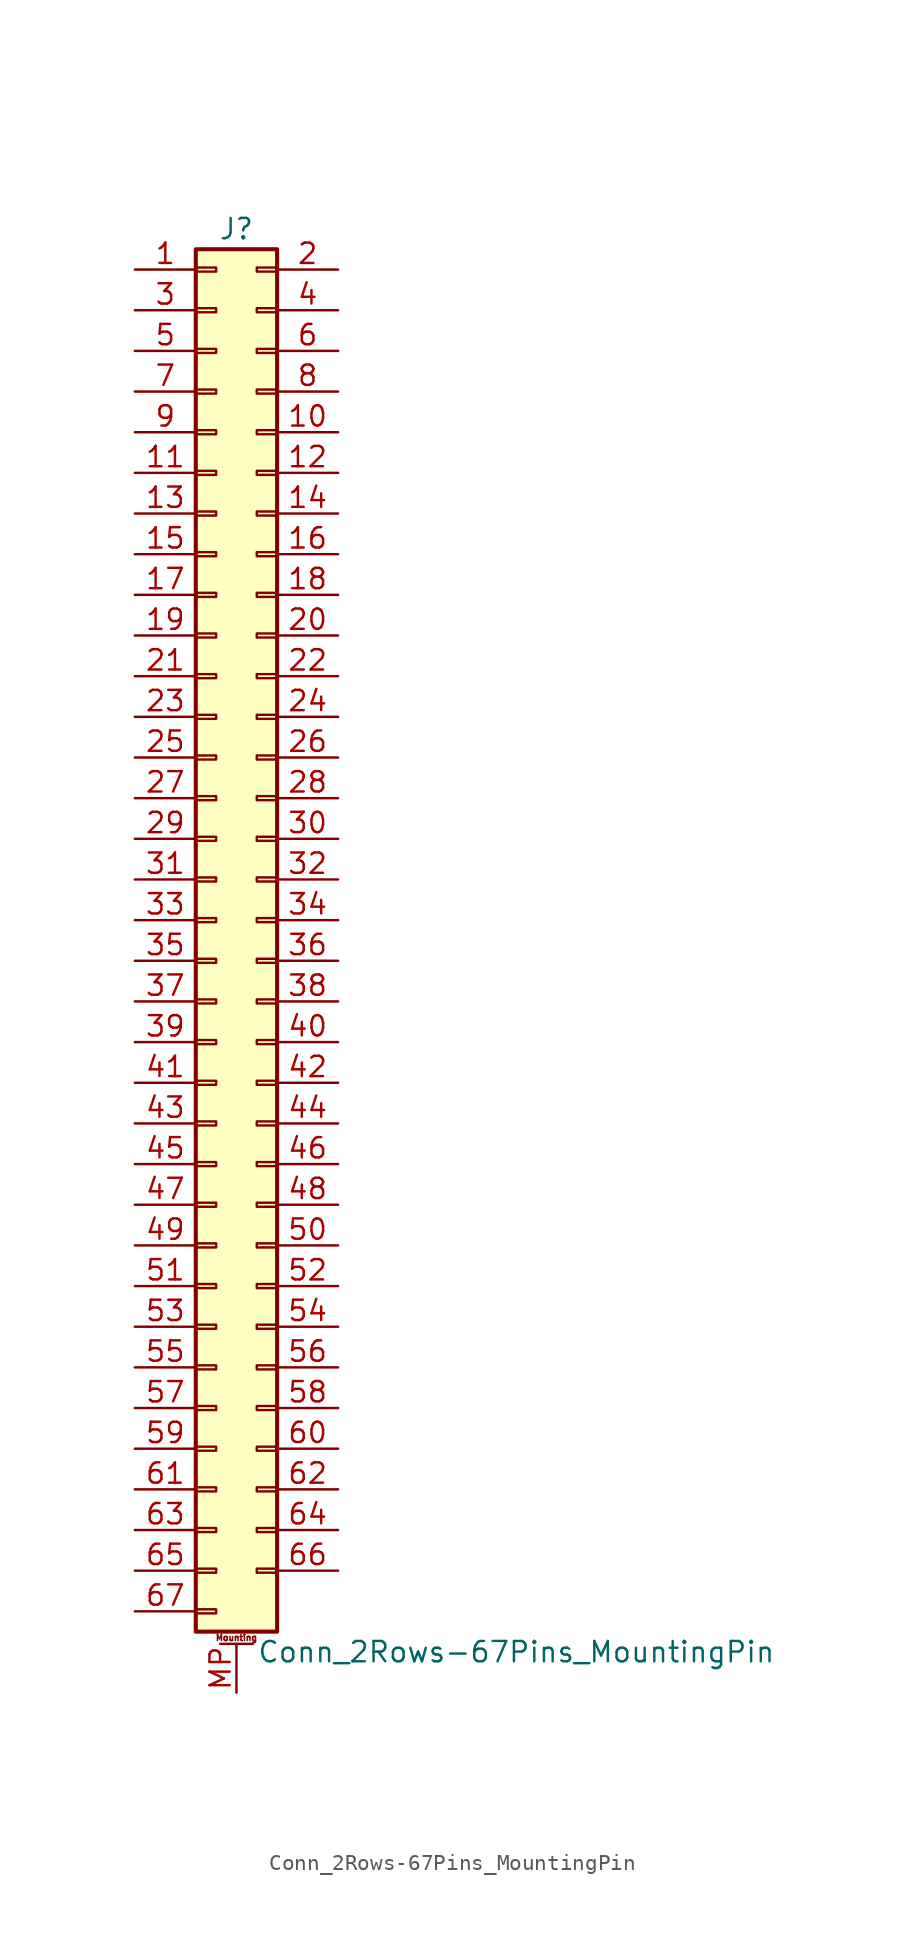
<source format=kicad_sym>
(kicad_symbol_lib
  (version 20200908)
  (generator kicad_symbol_editor)
  (symbol "Connector_Generic_MountingPin:Conn_2Rows-67Pins_MountingPin"
    (pin_names
      (offset 1.016) hide)
    (property "Reference" "J"
      (at 1.27 43.18 0)
      (effects (font (size 1.27 1.27))))
    (property "Value" "Conn_2Rows-67Pins_MountingPin"
      (at 2.54 -45.72 0)
      (effects (font (size 1.27 1.27)) (justify left)))
    (symbol "Conn_2Rows-67Pins_MountingPin_1_1"
      (text "Mounting" (at 1.27 -44.831 0) (effects (font (size 0.381 0.381))))
      (rectangle (start -1.27 -27.813) (end 0 -28.067) (stroke (width 0.152)) (fill (type none)))
      (rectangle (start -1.27 -30.353) (end 0 -30.607) (stroke (width 0.152)) (fill (type none)))
      (rectangle (start -1.27 -32.893) (end 0 -33.147) (stroke (width 0.152)) (fill (type none)))
      (rectangle (start -1.27 -35.433) (end 0 -35.687) (stroke (width 0.152)) (fill (type none)))
      (rectangle (start -1.27 -37.973) (end 0 -38.227) (stroke (width 0.152)) (fill (type none)))
      (rectangle (start -1.27 -40.513) (end 0 -40.767) (stroke (width 0.152)) (fill (type none)))
      (rectangle (start -1.27 -43.053) (end 0 -43.307) (stroke (width 0.152)) (fill (type none)))
      (rectangle (start -1.27 -4.953) (end 0 -5.207) (stroke (width 0.152)) (fill (type none)))
      (rectangle (start -1.27 -7.493) (end 0 -7.747) (stroke (width 0.152)) (fill (type none)))
      (rectangle (start -1.27 -10.033) (end 0 -10.287) (stroke (width 0.152)) (fill (type none)))
      (rectangle (start -1.27 -12.573) (end 0 -12.827) (stroke (width 0.152)) (fill (type none)))
      (rectangle (start -1.27 -15.113) (end 0 -15.367) (stroke (width 0.152)) (fill (type none)))
      (rectangle (start -1.27 -17.653) (end 0 -17.907) (stroke (width 0.152)) (fill (type none)))
      (rectangle (start -1.27 -20.193) (end 0 -20.447) (stroke (width 0.152)) (fill (type none)))
      (rectangle (start -1.27 -22.733) (end 0 -22.987) (stroke (width 0.152)) (fill (type none)))
      (rectangle (start -1.27 -2.413) (end 0 -2.667) (stroke (width 0.152)) (fill (type none)))
      (rectangle (start -1.27 -25.273) (end 0 -25.527) (stroke (width 0.152)) (fill (type none)))
      (rectangle (start -1.27 25.527) (end 0 25.273) (stroke (width 0.152)) (fill (type none)))
      (rectangle (start -1.27 2.667) (end 0 2.413) (stroke (width 0.152)) (fill (type none)))
      (rectangle (start -1.27 28.067) (end 0 27.813) (stroke (width 0.152)) (fill (type none)))
      (rectangle (start -1.27 30.607) (end 0 30.353) (stroke (width 0.152)) (fill (type none)))
      (rectangle (start -1.27 33.147) (end 0 32.893) (stroke (width 0.152)) (fill (type none)))
      (rectangle (start -1.27 35.687) (end 0 35.433) (stroke (width 0.152)) (fill (type none)))
      (rectangle (start -1.27 38.227) (end 0 37.973) (stroke (width 0.152)) (fill (type none)))
      (rectangle (start -1.27 40.767) (end 0 40.513) (stroke (width 0.152)) (fill (type none)))
      (rectangle (start -1.27 41.91) (end 3.81 -44.45) (stroke (width 0.254)) (fill (type background)))
      (rectangle (start -1.27 5.207) (end 0 4.953) (stroke (width 0.152)) (fill (type none)))
      (rectangle (start -1.27 7.747) (end 0 7.493) (stroke (width 0.152)) (fill (type none)))
      (rectangle (start -1.27 10.287) (end 0 10.033) (stroke (width 0.152)) (fill (type none)))
      (rectangle (start -1.27 0.127) (end 0 -0.127) (stroke (width 0.152)) (fill (type none)))
      (rectangle (start -1.27 12.827) (end 0 12.573) (stroke (width 0.152)) (fill (type none)))
      (rectangle (start -1.27 15.367) (end 0 15.113) (stroke (width 0.152)) (fill (type none)))
      (rectangle (start -1.27 17.907) (end 0 17.653) (stroke (width 0.152)) (fill (type none)))
      (rectangle (start -1.27 20.447) (end 0 20.193) (stroke (width 0.152)) (fill (type none)))
      (rectangle (start -1.27 22.987) (end 0 22.733) (stroke (width 0.152)) (fill (type none)))
      (rectangle (start 3.81 -27.813) (end 2.54 -28.067) (stroke (width 0.152)) (fill (type none)))
      (rectangle (start 3.81 -30.353) (end 2.54 -30.607) (stroke (width 0.152)) (fill (type none)))
      (rectangle (start 3.81 -32.893) (end 2.54 -33.147) (stroke (width 0.152)) (fill (type none)))
      (rectangle (start 3.81 -35.433) (end 2.54 -35.687) (stroke (width 0.152)) (fill (type none)))
      (rectangle (start 3.81 -37.973) (end 2.54 -38.227) (stroke (width 0.152)) (fill (type none)))
      (rectangle (start 3.81 -40.513) (end 2.54 -40.767) (stroke (width 0.152)) (fill (type none)))
      (rectangle (start 3.81 -4.953) (end 2.54 -5.207) (stroke (width 0.152)) (fill (type none)))
      (rectangle (start 3.81 -7.493) (end 2.54 -7.747) (stroke (width 0.152)) (fill (type none)))
      (rectangle (start 3.81 -10.033) (end 2.54 -10.287) (stroke (width 0.152)) (fill (type none)))
      (rectangle (start 3.81 -12.573) (end 2.54 -12.827) (stroke (width 0.152)) (fill (type none)))
      (rectangle (start 3.81 -15.113) (end 2.54 -15.367) (stroke (width 0.152)) (fill (type none)))
      (rectangle (start 3.81 -17.653) (end 2.54 -17.907) (stroke (width 0.152)) (fill (type none)))
      (rectangle (start 3.81 -20.193) (end 2.54 -20.447) (stroke (width 0.152)) (fill (type none)))
      (rectangle (start 3.81 -22.733) (end 2.54 -22.987) (stroke (width 0.152)) (fill (type none)))
      (rectangle (start 3.81 -2.413) (end 2.54 -2.667) (stroke (width 0.152)) (fill (type none)))
      (rectangle (start 3.81 -25.273) (end 2.54 -25.527) (stroke (width 0.152)) (fill (type none)))
      (rectangle (start 3.81 25.527) (end 2.54 25.273) (stroke (width 0.152)) (fill (type none)))
      (rectangle (start 3.81 2.667) (end 2.54 2.413) (stroke (width 0.152)) (fill (type none)))
      (rectangle (start 3.81 28.067) (end 2.54 27.813) (stroke (width 0.152)) (fill (type none)))
      (rectangle (start 3.81 30.607) (end 2.54 30.353) (stroke (width 0.152)) (fill (type none)))
      (rectangle (start 3.81 33.147) (end 2.54 32.893) (stroke (width 0.152)) (fill (type none)))
      (rectangle (start 3.81 35.687) (end 2.54 35.433) (stroke (width 0.152)) (fill (type none)))
      (rectangle (start 3.81 38.227) (end 2.54 37.973) (stroke (width 0.152)) (fill (type none)))
      (rectangle (start 3.81 40.767) (end 2.54 40.513) (stroke (width 0.152)) (fill (type none)))
      (rectangle (start 3.81 5.207) (end 2.54 4.953) (stroke (width 0.152)) (fill (type none)))
      (rectangle (start 3.81 7.747) (end 2.54 7.493) (stroke (width 0.152)) (fill (type none)))
      (rectangle (start 3.81 10.287) (end 2.54 10.033) (stroke (width 0.152)) (fill (type none)))
      (rectangle (start 3.81 0.127) (end 2.54 -0.127) (stroke (width 0.152)) (fill (type none)))
      (rectangle (start 3.81 12.827) (end 2.54 12.573) (stroke (width 0.152)) (fill (type none)))
      (rectangle (start 3.81 15.367) (end 2.54 15.113) (stroke (width 0.152)) (fill (type none)))
      (rectangle (start 3.81 17.907) (end 2.54 17.653) (stroke (width 0.152)) (fill (type none)))
      (rectangle (start 3.81 20.447) (end 2.54 20.193) (stroke (width 0.152)) (fill (type none)))
      (rectangle (start 3.81 22.987) (end 2.54 22.733) (stroke (width 0.152)) (fill (type none)))
      (polyline (pts (xy 0.254 -45.212) (xy 2.286 -45.212)) (stroke (width 0.152)) (fill (type none)))
      (pin passive line (at 1.27 -48.26 90) (length 3.048) (name "MountPin" (effects (font (size 1.27 1.27)))) (number "MP" (effects (font (size 1.27 1.27)))))
      (pin passive line (at -5.08 40.64 0) (length 3.81) (name "Pin_1" (effects (font (size 1.27 1.27)))) (number "1" (effects (font (size 1.27 1.27)))))
      (pin passive line (at 7.62 30.48 180) (length 3.81) (name "Pin_10" (effects (font (size 1.27 1.27)))) (number "10" (effects (font (size 1.27 1.27)))))
      (pin passive line (at -5.08 27.94 0) (length 3.81) (name "Pin_11" (effects (font (size 1.27 1.27)))) (number "11" (effects (font (size 1.27 1.27)))))
      (pin passive line (at 7.62 27.94 180) (length 3.81) (name "Pin_12" (effects (font (size 1.27 1.27)))) (number "12" (effects (font (size 1.27 1.27)))))
      (pin passive line (at -5.08 25.4 0) (length 3.81) (name "Pin_13" (effects (font (size 1.27 1.27)))) (number "13" (effects (font (size 1.27 1.27)))))
      (pin passive line (at 7.62 25.4 180) (length 3.81) (name "Pin_14" (effects (font (size 1.27 1.27)))) (number "14" (effects (font (size 1.27 1.27)))))
      (pin passive line (at -5.08 22.86 0) (length 3.81) (name "Pin_15" (effects (font (size 1.27 1.27)))) (number "15" (effects (font (size 1.27 1.27)))))
      (pin passive line (at 7.62 22.86 180) (length 3.81) (name "Pin_16" (effects (font (size 1.27 1.27)))) (number "16" (effects (font (size 1.27 1.27)))))
      (pin passive line (at -5.08 20.32 0) (length 3.81) (name "Pin_17" (effects (font (size 1.27 1.27)))) (number "17" (effects (font (size 1.27 1.27)))))
      (pin passive line (at 7.62 20.32 180) (length 3.81) (name "Pin_18" (effects (font (size 1.27 1.27)))) (number "18" (effects (font (size 1.27 1.27)))))
      (pin passive line (at -5.08 17.78 0) (length 3.81) (name "Pin_19" (effects (font (size 1.27 1.27)))) (number "19" (effects (font (size 1.27 1.27)))))
      (pin passive line (at 7.62 40.64 180) (length 3.81) (name "Pin_2" (effects (font (size 1.27 1.27)))) (number "2" (effects (font (size 1.27 1.27)))))
      (pin passive line (at 7.62 17.78 180) (length 3.81) (name "Pin_20" (effects (font (size 1.27 1.27)))) (number "20" (effects (font (size 1.27 1.27)))))
      (pin passive line (at -5.08 15.24 0) (length 3.81) (name "Pin_21" (effects (font (size 1.27 1.27)))) (number "21" (effects (font (size 1.27 1.27)))))
      (pin passive line (at 7.62 15.24 180) (length 3.81) (name "Pin_22" (effects (font (size 1.27 1.27)))) (number "22" (effects (font (size 1.27 1.27)))))
      (pin passive line (at -5.08 12.7 0) (length 3.81) (name "Pin_23" (effects (font (size 1.27 1.27)))) (number "23" (effects (font (size 1.27 1.27)))))
      (pin passive line (at 7.62 12.7 180) (length 3.81) (name "Pin_24" (effects (font (size 1.27 1.27)))) (number "24" (effects (font (size 1.27 1.27)))))
      (pin passive line (at -5.08 10.16 0) (length 3.81) (name "Pin_25" (effects (font (size 1.27 1.27)))) (number "25" (effects (font (size 1.27 1.27)))))
      (pin passive line (at 7.62 10.16 180) (length 3.81) (name "Pin_26" (effects (font (size 1.27 1.27)))) (number "26" (effects (font (size 1.27 1.27)))))
      (pin passive line (at -5.08 7.62 0) (length 3.81) (name "Pin_27" (effects (font (size 1.27 1.27)))) (number "27" (effects (font (size 1.27 1.27)))))
      (pin passive line (at 7.62 7.62 180) (length 3.81) (name "Pin_28" (effects (font (size 1.27 1.27)))) (number "28" (effects (font (size 1.27 1.27)))))
      (pin passive line (at -5.08 5.08 0) (length 3.81) (name "Pin_29" (effects (font (size 1.27 1.27)))) (number "29" (effects (font (size 1.27 1.27)))))
      (pin passive line (at -5.08 38.1 0) (length 3.81) (name "Pin_3" (effects (font (size 1.27 1.27)))) (number "3" (effects (font (size 1.27 1.27)))))
      (pin passive line (at 7.62 5.08 180) (length 3.81) (name "Pin_30" (effects (font (size 1.27 1.27)))) (number "30" (effects (font (size 1.27 1.27)))))
      (pin passive line (at -5.08 2.54 0) (length 3.81) (name "Pin_31" (effects (font (size 1.27 1.27)))) (number "31" (effects (font (size 1.27 1.27)))))
      (pin passive line (at 7.62 2.54 180) (length 3.81) (name "Pin_32" (effects (font (size 1.27 1.27)))) (number "32" (effects (font (size 1.27 1.27)))))
      (pin passive line (at -5.08 0 0) (length 3.81) (name "Pin_33" (effects (font (size 1.27 1.27)))) (number "33" (effects (font (size 1.27 1.27)))))
      (pin passive line (at 7.62 0 180) (length 3.81) (name "Pin_34" (effects (font (size 1.27 1.27)))) (number "34" (effects (font (size 1.27 1.27)))))
      (pin passive line (at -5.08 -2.54 0) (length 3.81) (name "Pin_35" (effects (font (size 1.27 1.27)))) (number "35" (effects (font (size 1.27 1.27)))))
      (pin passive line (at 7.62 -2.54 180) (length 3.81) (name "Pin_36" (effects (font (size 1.27 1.27)))) (number "36" (effects (font (size 1.27 1.27)))))
      (pin passive line (at -5.08 -5.08 0) (length 3.81) (name "Pin_37" (effects (font (size 1.27 1.27)))) (number "37" (effects (font (size 1.27 1.27)))))
      (pin passive line (at 7.62 -5.08 180) (length 3.81) (name "Pin_38" (effects (font (size 1.27 1.27)))) (number "38" (effects (font (size 1.27 1.27)))))
      (pin passive line (at -5.08 -7.62 0) (length 3.81) (name "Pin_39" (effects (font (size 1.27 1.27)))) (number "39" (effects (font (size 1.27 1.27)))))
      (pin passive line (at 7.62 38.1 180) (length 3.81) (name "Pin_4" (effects (font (size 1.27 1.27)))) (number "4" (effects (font (size 1.27 1.27)))))
      (pin passive line (at 7.62 -7.62 180) (length 3.81) (name "Pin_40" (effects (font (size 1.27 1.27)))) (number "40" (effects (font (size 1.27 1.27)))))
      (pin passive line (at -5.08 -10.16 0) (length 3.81) (name "Pin_41" (effects (font (size 1.27 1.27)))) (number "41" (effects (font (size 1.27 1.27)))))
      (pin passive line (at 7.62 -10.16 180) (length 3.81) (name "Pin_42" (effects (font (size 1.27 1.27)))) (number "42" (effects (font (size 1.27 1.27)))))
      (pin passive line (at -5.08 -12.7 0) (length 3.81) (name "Pin_43" (effects (font (size 1.27 1.27)))) (number "43" (effects (font (size 1.27 1.27)))))
      (pin passive line (at 7.62 -12.7 180) (length 3.81) (name "Pin_44" (effects (font (size 1.27 1.27)))) (number "44" (effects (font (size 1.27 1.27)))))
      (pin passive line (at -5.08 -15.24 0) (length 3.81) (name "Pin_45" (effects (font (size 1.27 1.27)))) (number "45" (effects (font (size 1.27 1.27)))))
      (pin passive line (at 7.62 -15.24 180) (length 3.81) (name "Pin_46" (effects (font (size 1.27 1.27)))) (number "46" (effects (font (size 1.27 1.27)))))
      (pin passive line (at -5.08 -17.78 0) (length 3.81) (name "Pin_47" (effects (font (size 1.27 1.27)))) (number "47" (effects (font (size 1.27 1.27)))))
      (pin passive line (at 7.62 -17.78 180) (length 3.81) (name "Pin_48" (effects (font (size 1.27 1.27)))) (number "48" (effects (font (size 1.27 1.27)))))
      (pin passive line (at -5.08 -20.32 0) (length 3.81) (name "Pin_49" (effects (font (size 1.27 1.27)))) (number "49" (effects (font (size 1.27 1.27)))))
      (pin passive line (at -5.08 35.56 0) (length 3.81) (name "Pin_5" (effects (font (size 1.27 1.27)))) (number "5" (effects (font (size 1.27 1.27)))))
      (pin passive line (at 7.62 -20.32 180) (length 3.81) (name "Pin_50" (effects (font (size 1.27 1.27)))) (number "50" (effects (font (size 1.27 1.27)))))
      (pin passive line (at -5.08 -22.86 0) (length 3.81) (name "Pin_51" (effects (font (size 1.27 1.27)))) (number "51" (effects (font (size 1.27 1.27)))))
      (pin passive line (at 7.62 -22.86 180) (length 3.81) (name "Pin_52" (effects (font (size 1.27 1.27)))) (number "52" (effects (font (size 1.27 1.27)))))
      (pin passive line (at -5.08 -25.4 0) (length 3.81) (name "Pin_53" (effects (font (size 1.27 1.27)))) (number "53" (effects (font (size 1.27 1.27)))))
      (pin passive line (at 7.62 -25.4 180) (length 3.81) (name "Pin_54" (effects (font (size 1.27 1.27)))) (number "54" (effects (font (size 1.27 1.27)))))
      (pin passive line (at -5.08 -27.94 0) (length 3.81) (name "Pin_55" (effects (font (size 1.27 1.27)))) (number "55" (effects (font (size 1.27 1.27)))))
      (pin passive line (at 7.62 -27.94 180) (length 3.81) (name "Pin_56" (effects (font (size 1.27 1.27)))) (number "56" (effects (font (size 1.27 1.27)))))
      (pin passive line (at -5.08 -30.48 0) (length 3.81) (name "Pin_57" (effects (font (size 1.27 1.27)))) (number "57" (effects (font (size 1.27 1.27)))))
      (pin passive line (at 7.62 -30.48 180) (length 3.81) (name "Pin_58" (effects (font (size 1.27 1.27)))) (number "58" (effects (font (size 1.27 1.27)))))
      (pin passive line (at -5.08 -33.02 0) (length 3.81) (name "Pin_59" (effects (font (size 1.27 1.27)))) (number "59" (effects (font (size 1.27 1.27)))))
      (pin passive line (at 7.62 35.56 180) (length 3.81) (name "Pin_6" (effects (font (size 1.27 1.27)))) (number "6" (effects (font (size 1.27 1.27)))))
      (pin passive line (at 7.62 -33.02 180) (length 3.81) (name "Pin_60" (effects (font (size 1.27 1.27)))) (number "60" (effects (font (size 1.27 1.27)))))
      (pin passive line (at -5.08 -35.56 0) (length 3.81) (name "Pin_61" (effects (font (size 1.27 1.27)))) (number "61" (effects (font (size 1.27 1.27)))))
      (pin passive line (at 7.62 -35.56 180) (length 3.81) (name "Pin_62" (effects (font (size 1.27 1.27)))) (number "62" (effects (font (size 1.27 1.27)))))
      (pin passive line (at -5.08 -38.1 0) (length 3.81) (name "Pin_63" (effects (font (size 1.27 1.27)))) (number "63" (effects (font (size 1.27 1.27)))))
      (pin passive line (at 7.62 -38.1 180) (length 3.81) (name "Pin_64" (effects (font (size 1.27 1.27)))) (number "64" (effects (font (size 1.27 1.27)))))
      (pin passive line (at -5.08 -40.64 0) (length 3.81) (name "Pin_65" (effects (font (size 1.27 1.27)))) (number "65" (effects (font (size 1.27 1.27)))))
      (pin passive line (at 7.62 -40.64 180) (length 3.81) (name "Pin_66" (effects (font (size 1.27 1.27)))) (number "66" (effects (font (size 1.27 1.27)))))
      (pin passive line (at -5.08 -43.18 0) (length 3.81) (name "Pin_67" (effects (font (size 1.27 1.27)))) (number "67" (effects (font (size 1.27 1.27)))))
      (pin passive line (at -5.08 33.02 0) (length 3.81) (name "Pin_7" (effects (font (size 1.27 1.27)))) (number "7" (effects (font (size 1.27 1.27)))))
      (pin passive line (at 7.62 33.02 180) (length 3.81) (name "Pin_8" (effects (font (size 1.27 1.27)))) (number "8" (effects (font (size 1.27 1.27)))))
      (pin passive line (at -5.08 30.48 0) (length 3.81) (name "Pin_9" (effects (font (size 1.27 1.27)))) (number "9" (effects (font (size 1.27 1.27))))))))
</source>
